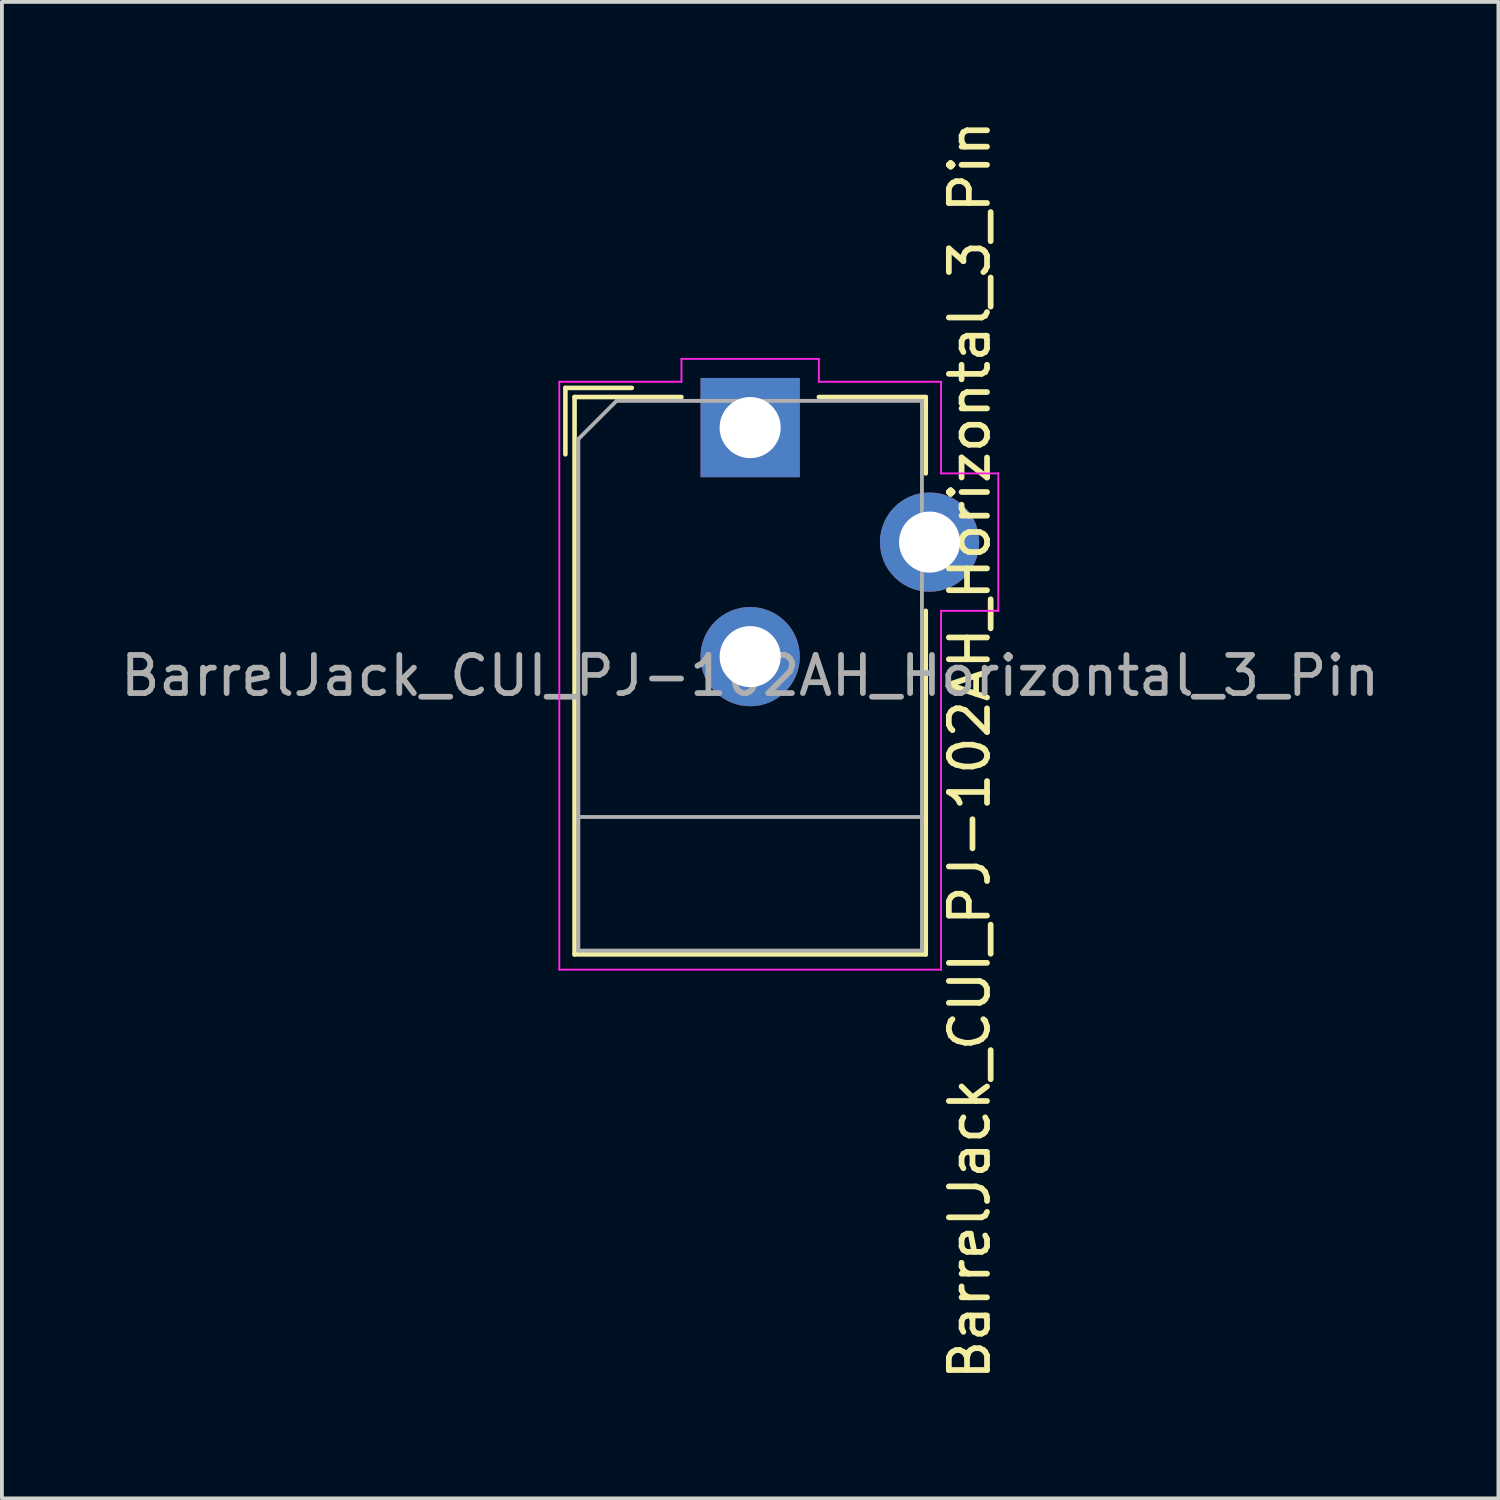
<source format=kicad_pcb>
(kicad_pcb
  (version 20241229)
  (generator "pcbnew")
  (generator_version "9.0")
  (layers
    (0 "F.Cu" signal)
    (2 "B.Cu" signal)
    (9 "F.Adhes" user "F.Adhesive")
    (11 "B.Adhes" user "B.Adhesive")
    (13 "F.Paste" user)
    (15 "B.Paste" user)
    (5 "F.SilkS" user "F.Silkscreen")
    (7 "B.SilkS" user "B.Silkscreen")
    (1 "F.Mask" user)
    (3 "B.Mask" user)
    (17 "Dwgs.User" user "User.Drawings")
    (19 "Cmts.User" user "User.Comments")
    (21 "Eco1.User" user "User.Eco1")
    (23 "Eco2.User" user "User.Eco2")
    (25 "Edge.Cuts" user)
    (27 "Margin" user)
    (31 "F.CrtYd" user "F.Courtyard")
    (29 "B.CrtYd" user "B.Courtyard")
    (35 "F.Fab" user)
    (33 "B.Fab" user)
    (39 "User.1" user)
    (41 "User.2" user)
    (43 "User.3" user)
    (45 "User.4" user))
  (footprint "BarrelJack_CUI_PJ-102AH_Horizontal_3_Pin"
    (layer "F.Cu")
    (at 16.601 8.151)
    (property "Reference" "BarrelJack_CUI_PJ-102AH_Horizontal_3_Pin" (at 5.75 8.45 90) (layer "F.SilkS") (effects (font (size 1 1) (thickness 0.15))))
    (attr through_hole)
    (fp_line (start -4.84 -1.04) (end -3.1 -1.04) (stroke (width 0.12) (type solid)) (layer "F.SilkS"))
    (fp_line (start -4.84 0.7) (end -4.84 -1.04) (stroke (width 0.12) (type solid)) (layer "F.SilkS"))
    (fp_line (start -4.6 -0.8) (end -1.8 -0.8) (stroke (width 0.12) (type solid)) (layer "F.SilkS"))
    (fp_line (start -4.6 13.8) (end -4.6 -0.8) (stroke (width 0.12) (type solid)) (layer "F.SilkS"))
    (fp_line (start 1.8 -0.8) (end 4.6 -0.8) (stroke (width 0.12) (type solid)) (layer "F.SilkS"))
    (fp_line (start 4.6 -0.8) (end 4.6 1.2) (stroke (width 0.12) (type solid)) (layer "F.SilkS"))
    (fp_line (start 4.6 4.8) (end 4.6 13.8) (stroke (width 0.12) (type solid)) (layer "F.SilkS"))
    (fp_line (start 4.6 13.8) (end -4.6 13.8) (stroke (width 0.12) (type solid)) (layer "F.SilkS"))
    (fp_line (start -5 -1.2) (end -1.8 -1.2) (stroke (width 0.05) (type solid)) (layer "F.CrtYd"))
    (fp_line (start -5 14.2) (end -5 -1.2) (stroke (width 0.05) (type solid)) (layer "F.CrtYd"))
    (fp_line (start -1.8 -1.8) (end 1.8 -1.8) (stroke (width 0.05) (type solid)) (layer "F.CrtYd"))
    (fp_line (start -1.8 -1.2) (end -1.8 -1.8) (stroke (width 0.05) (type solid)) (layer "F.CrtYd"))
    (fp_line (start 1.8 -1.8) (end 1.8 -1.2) (stroke (width 0.05) (type solid)) (layer "F.CrtYd"))
    (fp_line (start 1.8 -1.2) (end 5 -1.2) (stroke (width 0.05) (type solid)) (layer "F.CrtYd"))
    (fp_line (start 5 -1.2) (end 5 1.2) (stroke (width 0.05) (type solid)) (layer "F.CrtYd"))
    (fp_line (start 5 1.2) (end 6.5 1.2) (stroke (width 0.05) (type solid)) (layer "F.CrtYd"))
    (fp_line (start 5 4.8) (end 5 14.2) (stroke (width 0.05) (type solid)) (layer "F.CrtYd"))
    (fp_line (start 5 14.2) (end -5 14.2) (stroke (width 0.05) (type solid)) (layer "F.CrtYd"))
    (fp_line (start 6.5 1.2) (end 6.5 4.8) (stroke (width 0.05) (type solid)) (layer "F.CrtYd"))
    (fp_line (start 6.5 4.8) (end 5 4.8) (stroke (width 0.05) (type solid)) (layer "F.CrtYd"))
    (fp_line (start -4.5 0.3) (end -3.5 -0.7) (stroke (width 0.1) (type solid)) (layer "F.Fab"))
    (fp_line (start -4.5 10.2) (end 4.5 10.2) (stroke (width 0.1) (type solid)) (layer "F.Fab"))
    (fp_line (start -4.5 13.7) (end -4.5 0.3) (stroke (width 0.1) (type solid)) (layer "F.Fab"))
    (fp_line (start -3.5 -0.7) (end 4.5 -0.7) (stroke (width 0.1) (type solid)) (layer "F.Fab"))
    (fp_line (start 4.5 -0.7) (end 4.5 13.7) (stroke (width 0.1) (type solid)) (layer "F.Fab"))
    (fp_line (start 4.5 13.7) (end -4.5 13.7) (stroke (width 0.1) (type solid)) (layer "F.Fab"))
    (fp_text user "${REFERENCE}" (at 0 6.5 0) (layer "F.Fab") (effects (font (size 1 1) (thickness 0.15))))
    (pad "1" thru_hole rect (at 0 0) (size 2.6 2.6) (drill 1.6) (layers "*.Cu" "*.Mask"))
    (pad "2" thru_hole circle (at 0 6) (size 2.6 2.6) (drill 1.6) (layers "*.Cu" "*.Mask"))
    (pad "3" thru_hole circle (at 4.7 3) (size 2.6 2.6) (drill 1.6) (layers "*.Cu" "*.Mask")))
  (gr_rect
    (start -3 -3)
    (end 36.202 36.202)
    (stroke (width 0.1) (type default))
    (fill no)
    (layer "Edge.Cuts")))
</source>
